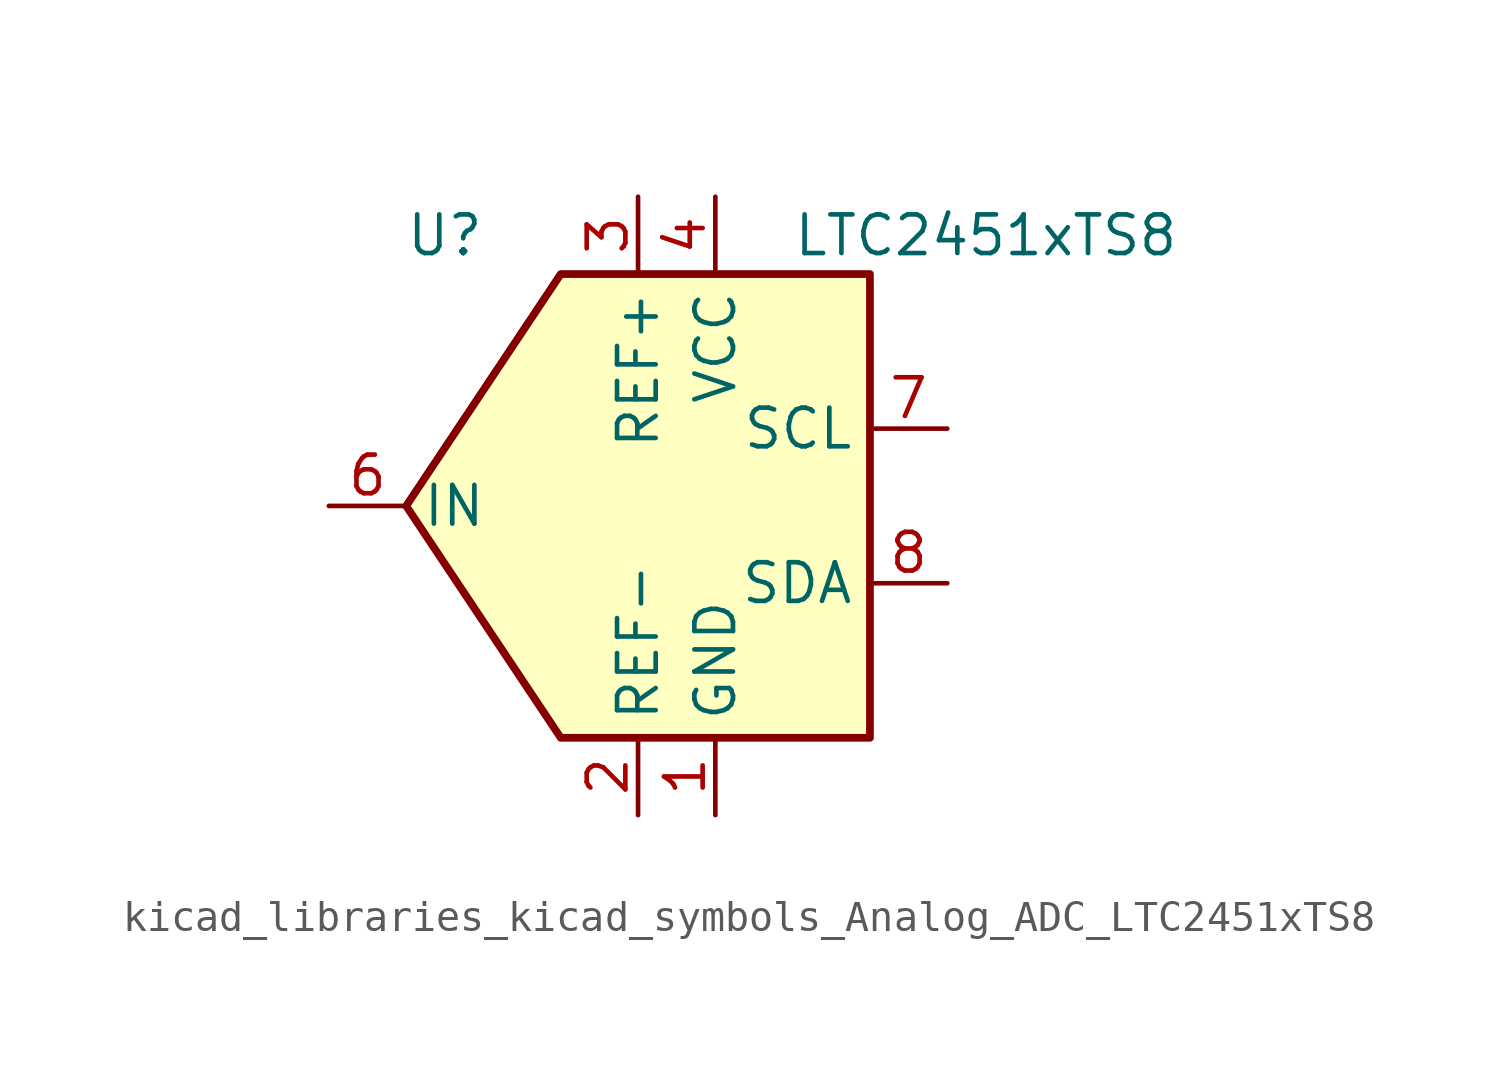
<source format=kicad_sym>
(kicad_symbol_lib
  (version 20220914)
  (generator kicad_symbol_editor)
  (symbol "kicad_libraries_kicad_symbols_Analog_ADC_LTC2451xTS8"
    (property "Reference" "U"
      (at -6.35 8.89 0)
      (effects (font (size 1.27 1.27))))
    (property "Value" "LTC2451xTS8"
      (at 11.43 8.89 0)
      (effects (font (size 1.27 1.27))))
    (symbol "kicad_libraries_kicad_symbols_Analog_ADC_LTC2451xTS8_1_1"
      (polyline (pts (xy -2.54 7.62) (xy 3.81 7.62) (xy 7.62 7.62) (xy 7.62 -7.62) (xy -2.54 -7.62) (xy -7.62 0) (xy -2.54 7.62)) (stroke (width 0.254) (type default)) (fill (type background)))
      (pin power_in line (at 2.54 -10.16 90) (length 2.54) (name "GND" (effects (font (size 1.27 1.27)))) (number "1" (effects (font (size 1.27 1.27)))))
      (pin power_in line (at 0 -10.16 90) (length 2.54) (name "REF-" (effects (font (size 1.27 1.27)))) (number "2" (effects (font (size 1.27 1.27)))))
      (pin power_in line (at 0 10.16 270) (length 2.54) (name "REF+" (effects (font (size 1.27 1.27)))) (number "3" (effects (font (size 1.27 1.27)))))
      (pin power_in line (at 2.54 10.16 270) (length 2.54) (name "VCC" (effects (font (size 1.27 1.27)))) (number "4" (effects (font (size 1.27 1.27)))))
      (pin passive line (at 2.54 -10.16 90) (length 2.54) hide (name "GND" (effects (font (size 1.27 1.27)))) (number "5" (effects (font (size 1.27 1.27)))))
      (pin input line (at -10.16 0 0) (length 2.54) (name "IN" (effects (font (size 1.27 1.27)))) (number "6" (effects (font (size 1.27 1.27)))))
      (pin input line (at 10.16 2.54 180) (length 2.54) (name "SCL" (effects (font (size 1.27 1.27)))) (number "7" (effects (font (size 1.27 1.27)))))
      (pin bidirectional line (at 10.16 -2.54 180) (length 2.54) (name "SDA" (effects (font (size 1.27 1.27)))) (number "8" (effects (font (size 1.27 1.27))))))))
</source>
